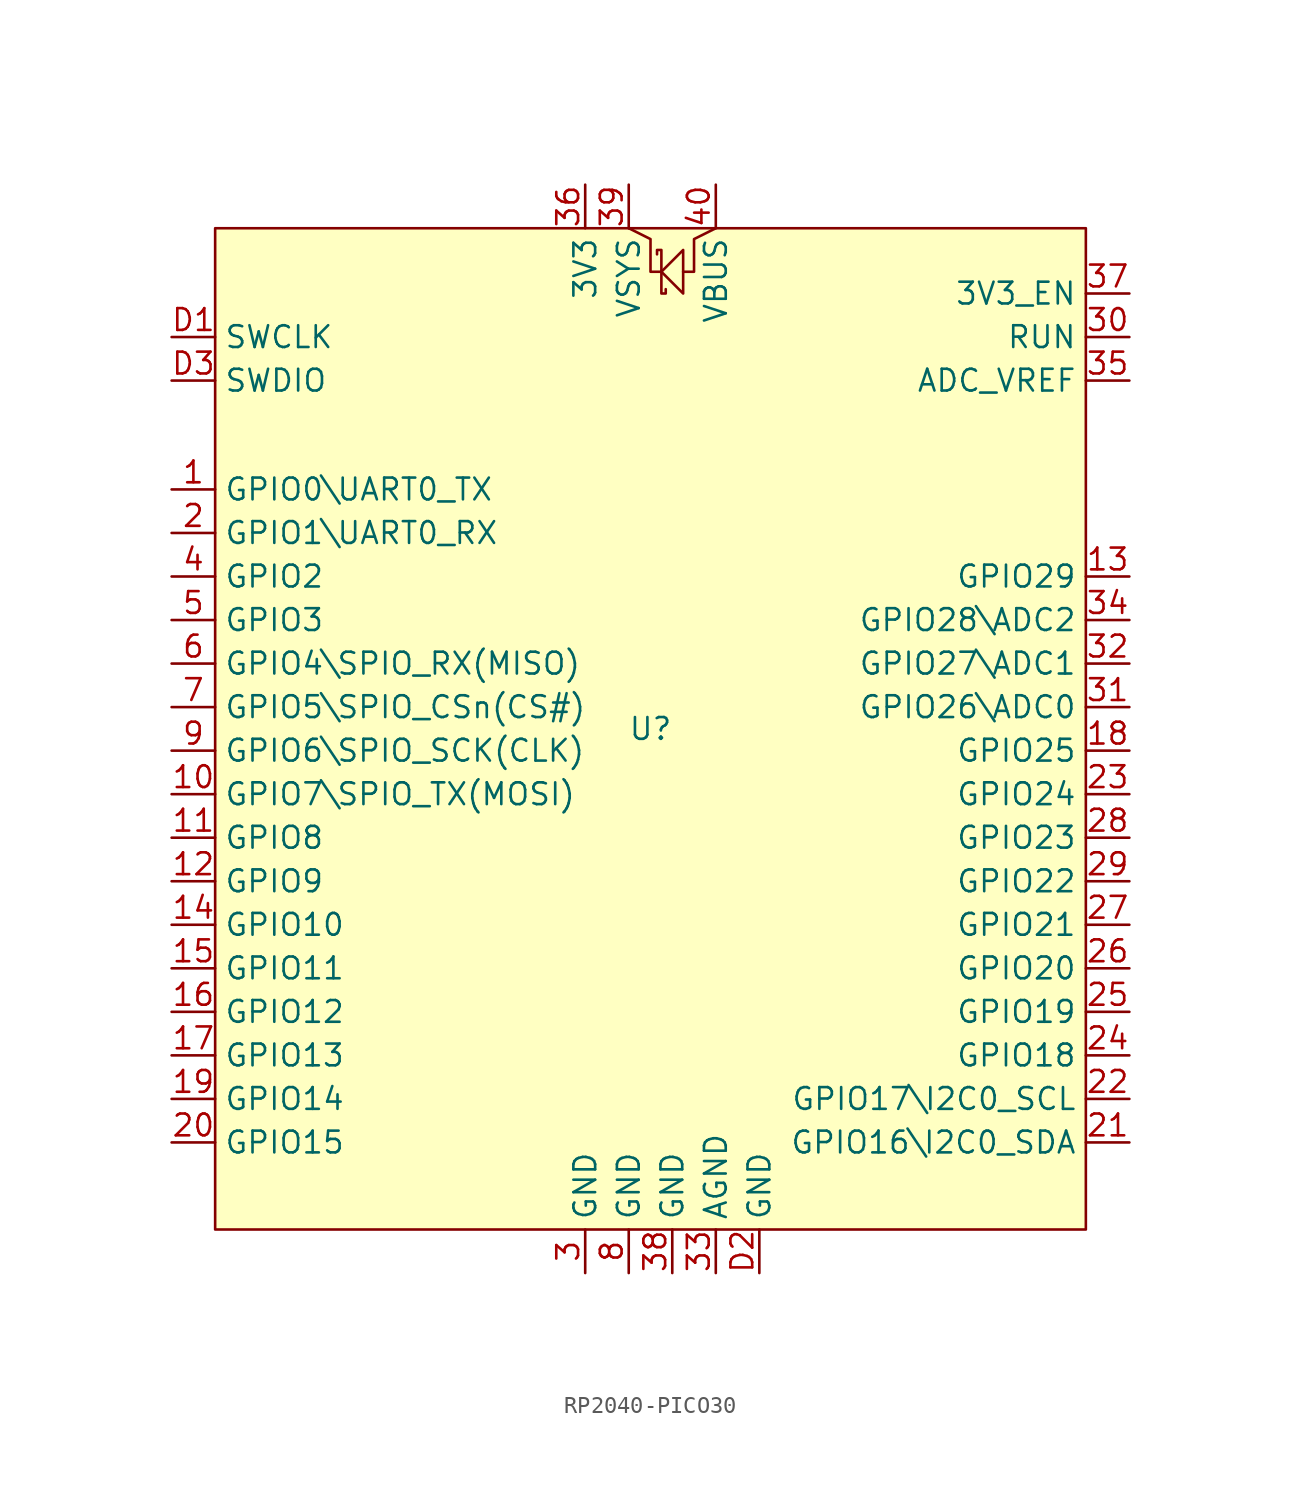
<source format=kicad_sym>
(kicad_symbol_lib
  (version 20231120)
  (generator "kicad_symbol_editor")
  (generator_version "8.0")
  (symbol "RP2040-PICO30"
    (property "Reference" "U"
      (at 0 0 0)
      (effects (font (size 1.27 1.27))))
    (property "Value" ""
      (at 0 0 0)
      (effects (font (size 1.27 1.27))))
    (symbol "RP2040-PICO30_0_1"
      (polyline (pts (xy -1.27 29.21) (xy 0 28.575) (xy 0 26.67) (xy 0.635 26.67)) (stroke (width 0) (type default)) (fill (type none)))
      (polyline (pts (xy 0.635 26.67) (xy 1.905 27.94) (xy 1.905 25.4) (xy 0.635 26.67)) (stroke (width 0) (type default)) (fill (type none)))
      (polyline (pts (xy 3.81 29.21) (xy 2.54 28.575) (xy 2.54 26.67) (xy 1.905 26.67)) (stroke (width 0) (type default)) (fill (type none)))
      (polyline (pts (xy 0.381 27.686) (xy 0.381 27.94) (xy 0.635 27.94) (xy 0.635 25.4) (xy 0.889 25.4) (xy 0.889 25.654)) (stroke (width 0) (type default)) (fill (type none))))
    (symbol "RP2040-PICO30_1_1"
      (rectangle (start -25.4 29.21) (end 25.4 -29.21) (stroke (width 0) (type default)) (fill (type background)))
      (pin bidirectional line (at -27.94 13.97 0) (length 2.54) (name "GPIO0\\UART0_TX" (effects (font (size 1.27 1.27)))) (number "1" (effects (font (size 1.27 1.27)))))
      (pin bidirectional line (at -27.94 -3.81 0) (length 2.54) (name "GPIO7\\SPIO_TX(MOSI)" (effects (font (size 1.27 1.27)))) (number "10" (effects (font (size 1.27 1.27)))))
      (pin bidirectional line (at -27.94 -6.35 0) (length 2.54) (name "GPIO8" (effects (font (size 1.27 1.27)))) (number "11" (effects (font (size 1.27 1.27)))))
      (pin bidirectional line (at -27.94 -8.89 0) (length 2.54) (name "GPIO9" (effects (font (size 1.27 1.27)))) (number "12" (effects (font (size 1.27 1.27)))))
      (pin bidirectional line (at 27.94 8.89 180) (length 2.54) (name "GPIO29" (effects (font (size 1.27 1.27)))) (number "13" (effects (font (size 1.27 1.27)))))
      (pin bidirectional line (at -27.94 -11.43 0) (length 2.54) (name "GPIO10" (effects (font (size 1.27 1.27)))) (number "14" (effects (font (size 1.27 1.27)))))
      (pin bidirectional line (at -27.94 -13.97 0) (length 2.54) (name "GPIO11" (effects (font (size 1.27 1.27)))) (number "15" (effects (font (size 1.27 1.27)))))
      (pin bidirectional line (at -27.94 -16.51 0) (length 2.54) (name "GPIO12" (effects (font (size 1.27 1.27)))) (number "16" (effects (font (size 1.27 1.27)))))
      (pin bidirectional line (at -27.94 -19.05 0) (length 2.54) (name "GPIO13" (effects (font (size 1.27 1.27)))) (number "17" (effects (font (size 1.27 1.27)))))
      (pin bidirectional line (at 27.94 -1.27 180) (length 2.54) (name "GPIO25" (effects (font (size 1.27 1.27)))) (number "18" (effects (font (size 1.27 1.27)))))
      (pin bidirectional line (at -27.94 -21.59 0) (length 2.54) (name "GPIO14" (effects (font (size 1.27 1.27)))) (number "19" (effects (font (size 1.27 1.27)))))
      (pin bidirectional line (at -27.94 11.43 0) (length 2.54) (name "GPIO1\\UART0_RX" (effects (font (size 1.27 1.27)))) (number "2" (effects (font (size 1.27 1.27)))))
      (pin bidirectional line (at -27.94 -24.13 0) (length 2.54) (name "GPIO15" (effects (font (size 1.27 1.27)))) (number "20" (effects (font (size 1.27 1.27)))))
      (pin bidirectional line (at 27.94 -24.13 180) (length 2.54) (name "GPIO16\\I2C0_SDA" (effects (font (size 1.27 1.27)))) (number "21" (effects (font (size 1.27 1.27)))))
      (pin bidirectional line (at 27.94 -21.59 180) (length 2.54) (name "GPIO17\\I2C0_SCL" (effects (font (size 1.27 1.27)))) (number "22" (effects (font (size 1.27 1.27)))))
      (pin bidirectional line (at 27.94 -3.81 180) (length 2.54) (name "GPIO24" (effects (font (size 1.27 1.27)))) (number "23" (effects (font (size 1.27 1.27)))))
      (pin bidirectional line (at 27.94 -19.05 180) (length 2.54) (name "GPIO18" (effects (font (size 1.27 1.27)))) (number "24" (effects (font (size 1.27 1.27)))))
      (pin bidirectional line (at 27.94 -16.51 180) (length 2.54) (name "GPIO19" (effects (font (size 1.27 1.27)))) (number "25" (effects (font (size 1.27 1.27)))))
      (pin bidirectional line (at 27.94 -13.97 180) (length 2.54) (name "GPIO20" (effects (font (size 1.27 1.27)))) (number "26" (effects (font (size 1.27 1.27)))))
      (pin bidirectional line (at 27.94 -11.43 180) (length 2.54) (name "GPIO21" (effects (font (size 1.27 1.27)))) (number "27" (effects (font (size 1.27 1.27)))))
      (pin bidirectional line (at 27.94 -6.35 180) (length 2.54) (name "GPIO23" (effects (font (size 1.27 1.27)))) (number "28" (effects (font (size 1.27 1.27)))))
      (pin bidirectional line (at 27.94 -8.89 180) (length 2.54) (name "GPIO22" (effects (font (size 1.27 1.27)))) (number "29" (effects (font (size 1.27 1.27)))))
      (pin power_in line (at -3.81 -31.75 90) (length 2.54) (name "GND" (effects (font (size 1.27 1.27)))) (number "3" (effects (font (size 1.27 1.27)))))
      (pin input line (at 27.94 22.86 180) (length 2.54) (name "RUN" (effects (font (size 1.27 1.27)))) (number "30" (effects (font (size 1.27 1.27)))))
      (pin bidirectional line (at 27.94 1.27 180) (length 2.54) (name "GPIO26\\ADC0" (effects (font (size 1.27 1.27)))) (number "31" (effects (font (size 1.27 1.27)))))
      (pin bidirectional line (at 27.94 3.81 180) (length 2.54) (name "GPIO27\\ADC1" (effects (font (size 1.27 1.27)))) (number "32" (effects (font (size 1.27 1.27)))))
      (pin power_in line (at 3.81 -31.75 90) (length 2.54) (name "AGND" (effects (font (size 1.27 1.27)))) (number "33" (effects (font (size 1.27 1.27)))))
      (pin bidirectional line (at 27.94 6.35 180) (length 2.54) (name "GPIO28\\ADC2" (effects (font (size 1.27 1.27)))) (number "34" (effects (font (size 1.27 1.27)))))
      (pin power_in line (at 27.94 20.32 180) (length 2.54) (name "ADC_VREF" (effects (font (size 1.27 1.27)))) (number "35" (effects (font (size 1.27 1.27)))))
      (pin power_out line (at -3.81 31.75 270) (length 2.54) (name "3V3" (effects (font (size 1.27 1.27)))) (number "36" (effects (font (size 1.27 1.27)))))
      (pin input line (at 27.94 25.4 180) (length 2.54) (name "3V3_EN" (effects (font (size 1.27 1.27)))) (number "37" (effects (font (size 1.27 1.27)))))
      (pin power_in line (at 1.27 -31.75 90) (length 2.54) (name "GND" (effects (font (size 1.27 1.27)))) (number "38" (effects (font (size 1.27 1.27)))))
      (pin power_in line (at -1.27 31.75 270) (length 2.54) (name "VSYS" (effects (font (size 1.27 1.27)))) (number "39" (effects (font (size 1.27 1.27)))))
      (pin bidirectional line (at -27.94 8.89 0) (length 2.54) (name "GPIO2" (effects (font (size 1.27 1.27)))) (number "4" (effects (font (size 1.27 1.27)))))
      (pin power_out line (at 3.81 31.75 270) (length 2.54) (name "VBUS" (effects (font (size 1.27 1.27)))) (number "40" (effects (font (size 1.27 1.27)))))
      (pin bidirectional line (at -27.94 6.35 0) (length 2.54) (name "GPIO3" (effects (font (size 1.27 1.27)))) (number "5" (effects (font (size 1.27 1.27)))))
      (pin bidirectional line (at -27.94 3.81 0) (length 2.54) (name "GPIO4\\SPIO_RX(MISO)" (effects (font (size 1.27 1.27)))) (number "6" (effects (font (size 1.27 1.27)))))
      (pin bidirectional line (at -27.94 1.27 0) (length 2.54) (name "GPIO5\\SPIO_CSn(CS#)" (effects (font (size 1.27 1.27)))) (number "7" (effects (font (size 1.27 1.27)))))
      (pin power_in line (at -1.27 -31.75 90) (length 2.54) (name "GND" (effects (font (size 1.27 1.27)))) (number "8" (effects (font (size 1.27 1.27)))))
      (pin bidirectional line (at -27.94 -1.27 0) (length 2.54) (name "GPIO6\\SPIO_SCK(CLK)" (effects (font (size 1.27 1.27)))) (number "9" (effects (font (size 1.27 1.27)))))
      (pin input line (at -27.94 22.86 0) (length 2.54) (name "SWCLK" (effects (font (size 1.27 1.27)))) (number "D1" (effects (font (size 1.27 1.27)))))
      (pin power_in line (at 6.35 -31.75 90) (length 2.54) (name "GND" (effects (font (size 1.27 1.27)))) (number "D2" (effects (font (size 1.27 1.27)))))
      (pin bidirectional line (at -27.94 20.32 0) (length 2.54) (name "SWDIO" (effects (font (size 1.27 1.27)))) (number "D3" (effects (font (size 1.27 1.27))))))))
</source>
